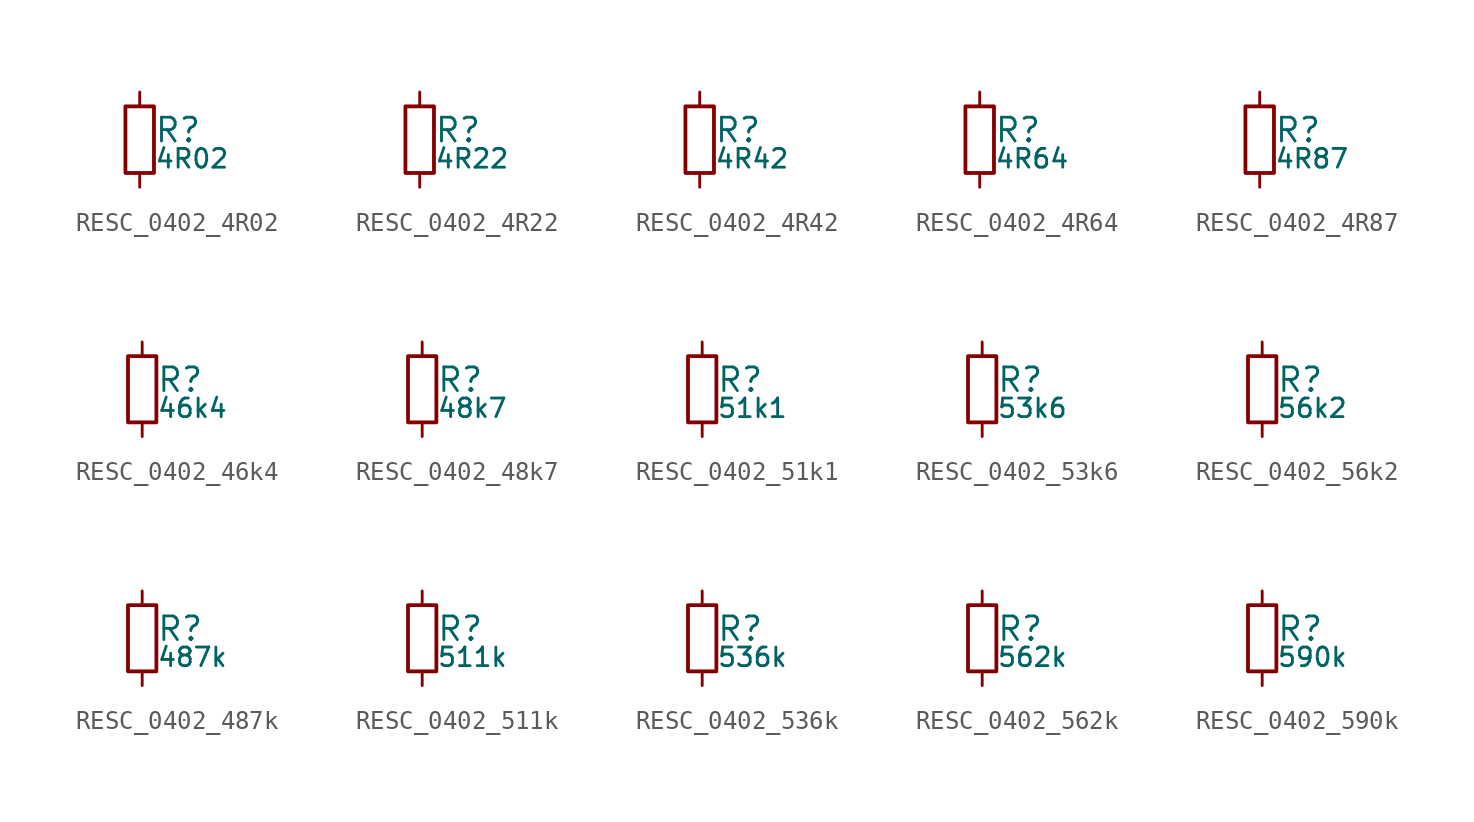
<source format=kicad_sym>
(kicad_symbol_lib
  (version 20211014)
  (generator kicad_LibGenerator)
  (symbol "RESC_0402_4R02"
    (pin_numbers hide)
    (pin_names
      (offset 0.254) hide)
    (property "Reference" "R"
      (at 0.762 0.508 0)
      (effects (font (size 1.27 1.27)) (justify left)))
    (property "Value" "4R02"
      (at 0.762 -1.016 0)
      (effects (font (size 1.00 1.00)) (justify left)))
    (symbol "RESC_0402_4R02_0_1"
      (rectangle (start -0.762 1.778) (end 0.762 -1.778) (stroke (width 0.203) (type default) (color 0 0 0 0)) (fill (type none))))
    (symbol "RESC_0402_4R02_1_1"
      (pin passive line (at 0 2.54 270) (length 0.762) (name "~" (effects (font (size 1.27 1.27)))) (number "1" (effects (font (size 1.27 1.27)))))
      (pin passive line (at 0 -2.54 90) (length 0.762) (name "~" (effects (font (size 1.27 1.27)))) (number "2" (effects (font (size 1.27 1.27)))))))
  (symbol "RESC_0402_4R22"
    (pin_numbers hide)
    (pin_names
      (offset 0.254) hide)
    (property "Reference" "R"
      (at 0.762 0.508 0)
      (effects (font (size 1.27 1.27)) (justify left)))
    (property "Value" "4R22"
      (at 0.762 -1.016 0)
      (effects (font (size 1.00 1.00)) (justify left)))
    (symbol "RESC_0402_4R22_0_1"
      (rectangle (start -0.762 1.778) (end 0.762 -1.778) (stroke (width 0.203) (type default) (color 0 0 0 0)) (fill (type none))))
    (symbol "RESC_0402_4R22_1_1"
      (pin passive line (at 0 2.54 270) (length 0.762) (name "~" (effects (font (size 1.27 1.27)))) (number "1" (effects (font (size 1.27 1.27)))))
      (pin passive line (at 0 -2.54 90) (length 0.762) (name "~" (effects (font (size 1.27 1.27)))) (number "2" (effects (font (size 1.27 1.27)))))))
  (symbol "RESC_0402_4R42"
    (pin_numbers hide)
    (pin_names
      (offset 0.254) hide)
    (property "Reference" "R"
      (at 0.762 0.508 0)
      (effects (font (size 1.27 1.27)) (justify left)))
    (property "Value" "4R42"
      (at 0.762 -1.016 0)
      (effects (font (size 1.00 1.00)) (justify left)))
    (symbol "RESC_0402_4R42_0_1"
      (rectangle (start -0.762 1.778) (end 0.762 -1.778) (stroke (width 0.203) (type default) (color 0 0 0 0)) (fill (type none))))
    (symbol "RESC_0402_4R42_1_1"
      (pin passive line (at 0 2.54 270) (length 0.762) (name "~" (effects (font (size 1.27 1.27)))) (number "1" (effects (font (size 1.27 1.27)))))
      (pin passive line (at 0 -2.54 90) (length 0.762) (name "~" (effects (font (size 1.27 1.27)))) (number "2" (effects (font (size 1.27 1.27)))))))
  (symbol "RESC_0402_4R64"
    (pin_numbers hide)
    (pin_names
      (offset 0.254) hide)
    (property "Reference" "R"
      (at 0.762 0.508 0)
      (effects (font (size 1.27 1.27)) (justify left)))
    (property "Value" "4R64"
      (at 0.762 -1.016 0)
      (effects (font (size 1.00 1.00)) (justify left)))
    (symbol "RESC_0402_4R64_0_1"
      (rectangle (start -0.762 1.778) (end 0.762 -1.778) (stroke (width 0.203) (type default) (color 0 0 0 0)) (fill (type none))))
    (symbol "RESC_0402_4R64_1_1"
      (pin passive line (at 0 2.54 270) (length 0.762) (name "~" (effects (font (size 1.27 1.27)))) (number "1" (effects (font (size 1.27 1.27)))))
      (pin passive line (at 0 -2.54 90) (length 0.762) (name "~" (effects (font (size 1.27 1.27)))) (number "2" (effects (font (size 1.27 1.27)))))))
  (symbol "RESC_0402_4R87"
    (pin_numbers hide)
    (pin_names
      (offset 0.254) hide)
    (property "Reference" "R"
      (at 0.762 0.508 0)
      (effects (font (size 1.27 1.27)) (justify left)))
    (property "Value" "4R87"
      (at 0.762 -1.016 0)
      (effects (font (size 1.00 1.00)) (justify left)))
    (symbol "RESC_0402_4R87_0_1"
      (rectangle (start -0.762 1.778) (end 0.762 -1.778) (stroke (width 0.203) (type default) (color 0 0 0 0)) (fill (type none))))
    (symbol "RESC_0402_4R87_1_1"
      (pin passive line (at 0 2.54 270) (length 0.762) (name "~" (effects (font (size 1.27 1.27)))) (number "1" (effects (font (size 1.27 1.27)))))
      (pin passive line (at 0 -2.54 90) (length 0.762) (name "~" (effects (font (size 1.27 1.27)))) (number "2" (effects (font (size 1.27 1.27)))))))
  (symbol "RESC_0402_46k4"
    (pin_numbers hide)
    (pin_names
      (offset 0.254) hide)
    (property "Reference" "R"
      (at 0.762 0.508 0)
      (effects (font (size 1.27 1.27)) (justify left)))
    (property "Value" "46k4"
      (at 0.762 -1.016 0)
      (effects (font (size 1.00 1.00)) (justify left)))
    (symbol "RESC_0402_46k4_0_1"
      (rectangle (start -0.762 1.778) (end 0.762 -1.778) (stroke (width 0.203) (type default) (color 0 0 0 0)) (fill (type none))))
    (symbol "RESC_0402_46k4_1_1"
      (pin passive line (at 0 2.54 270) (length 0.762) (name "~" (effects (font (size 1.27 1.27)))) (number "1" (effects (font (size 1.27 1.27)))))
      (pin passive line (at 0 -2.54 90) (length 0.762) (name "~" (effects (font (size 1.27 1.27)))) (number "2" (effects (font (size 1.27 1.27)))))))
  (symbol "RESC_0402_48k7"
    (pin_numbers hide)
    (pin_names
      (offset 0.254) hide)
    (property "Reference" "R"
      (at 0.762 0.508 0)
      (effects (font (size 1.27 1.27)) (justify left)))
    (property "Value" "48k7"
      (at 0.762 -1.016 0)
      (effects (font (size 1.00 1.00)) (justify left)))
    (symbol "RESC_0402_48k7_0_1"
      (rectangle (start -0.762 1.778) (end 0.762 -1.778) (stroke (width 0.203) (type default) (color 0 0 0 0)) (fill (type none))))
    (symbol "RESC_0402_48k7_1_1"
      (pin passive line (at 0 2.54 270) (length 0.762) (name "~" (effects (font (size 1.27 1.27)))) (number "1" (effects (font (size 1.27 1.27)))))
      (pin passive line (at 0 -2.54 90) (length 0.762) (name "~" (effects (font (size 1.27 1.27)))) (number "2" (effects (font (size 1.27 1.27)))))))
  (symbol "RESC_0402_51k1"
    (pin_numbers hide)
    (pin_names
      (offset 0.254) hide)
    (property "Reference" "R"
      (at 0.762 0.508 0)
      (effects (font (size 1.27 1.27)) (justify left)))
    (property "Value" "51k1"
      (at 0.762 -1.016 0)
      (effects (font (size 1.00 1.00)) (justify left)))
    (symbol "RESC_0402_51k1_0_1"
      (rectangle (start -0.762 1.778) (end 0.762 -1.778) (stroke (width 0.203) (type default) (color 0 0 0 0)) (fill (type none))))
    (symbol "RESC_0402_51k1_1_1"
      (pin passive line (at 0 2.54 270) (length 0.762) (name "~" (effects (font (size 1.27 1.27)))) (number "1" (effects (font (size 1.27 1.27)))))
      (pin passive line (at 0 -2.54 90) (length 0.762) (name "~" (effects (font (size 1.27 1.27)))) (number "2" (effects (font (size 1.27 1.27)))))))
  (symbol "RESC_0402_53k6"
    (pin_numbers hide)
    (pin_names
      (offset 0.254) hide)
    (property "Reference" "R"
      (at 0.762 0.508 0)
      (effects (font (size 1.27 1.27)) (justify left)))
    (property "Value" "53k6"
      (at 0.762 -1.016 0)
      (effects (font (size 1.00 1.00)) (justify left)))
    (symbol "RESC_0402_53k6_0_1"
      (rectangle (start -0.762 1.778) (end 0.762 -1.778) (stroke (width 0.203) (type default) (color 0 0 0 0)) (fill (type none))))
    (symbol "RESC_0402_53k6_1_1"
      (pin passive line (at 0 2.54 270) (length 0.762) (name "~" (effects (font (size 1.27 1.27)))) (number "1" (effects (font (size 1.27 1.27)))))
      (pin passive line (at 0 -2.54 90) (length 0.762) (name "~" (effects (font (size 1.27 1.27)))) (number "2" (effects (font (size 1.27 1.27)))))))
  (symbol "RESC_0402_56k2"
    (pin_numbers hide)
    (pin_names
      (offset 0.254) hide)
    (property "Reference" "R"
      (at 0.762 0.508 0)
      (effects (font (size 1.27 1.27)) (justify left)))
    (property "Value" "56k2"
      (at 0.762 -1.016 0)
      (effects (font (size 1.00 1.00)) (justify left)))
    (symbol "RESC_0402_56k2_0_1"
      (rectangle (start -0.762 1.778) (end 0.762 -1.778) (stroke (width 0.203) (type default) (color 0 0 0 0)) (fill (type none))))
    (symbol "RESC_0402_56k2_1_1"
      (pin passive line (at 0 2.54 270) (length 0.762) (name "~" (effects (font (size 1.27 1.27)))) (number "1" (effects (font (size 1.27 1.27)))))
      (pin passive line (at 0 -2.54 90) (length 0.762) (name "~" (effects (font (size 1.27 1.27)))) (number "2" (effects (font (size 1.27 1.27)))))))
  (symbol "RESC_0402_487k"
    (pin_numbers hide)
    (pin_names
      (offset 0.254) hide)
    (property "Reference" "R"
      (at 0.762 0.508 0)
      (effects (font (size 1.27 1.27)) (justify left)))
    (property "Value" "487k"
      (at 0.762 -1.016 0)
      (effects (font (size 1.00 1.00)) (justify left)))
    (symbol "RESC_0402_487k_0_1"
      (rectangle (start -0.762 1.778) (end 0.762 -1.778) (stroke (width 0.203) (type default) (color 0 0 0 0)) (fill (type none))))
    (symbol "RESC_0402_487k_1_1"
      (pin passive line (at 0 2.54 270) (length 0.762) (name "~" (effects (font (size 1.27 1.27)))) (number "1" (effects (font (size 1.27 1.27)))))
      (pin passive line (at 0 -2.54 90) (length 0.762) (name "~" (effects (font (size 1.27 1.27)))) (number "2" (effects (font (size 1.27 1.27)))))))
  (symbol "RESC_0402_511k"
    (pin_numbers hide)
    (pin_names
      (offset 0.254) hide)
    (property "Reference" "R"
      (at 0.762 0.508 0)
      (effects (font (size 1.27 1.27)) (justify left)))
    (property "Value" "511k"
      (at 0.762 -1.016 0)
      (effects (font (size 1.00 1.00)) (justify left)))
    (symbol "RESC_0402_511k_0_1"
      (rectangle (start -0.762 1.778) (end 0.762 -1.778) (stroke (width 0.203) (type default) (color 0 0 0 0)) (fill (type none))))
    (symbol "RESC_0402_511k_1_1"
      (pin passive line (at 0 2.54 270) (length 0.762) (name "~" (effects (font (size 1.27 1.27)))) (number "1" (effects (font (size 1.27 1.27)))))
      (pin passive line (at 0 -2.54 90) (length 0.762) (name "~" (effects (font (size 1.27 1.27)))) (number "2" (effects (font (size 1.27 1.27)))))))
  (symbol "RESC_0402_536k"
    (pin_numbers hide)
    (pin_names
      (offset 0.254) hide)
    (property "Reference" "R"
      (at 0.762 0.508 0)
      (effects (font (size 1.27 1.27)) (justify left)))
    (property "Value" "536k"
      (at 0.762 -1.016 0)
      (effects (font (size 1.00 1.00)) (justify left)))
    (symbol "RESC_0402_536k_0_1"
      (rectangle (start -0.762 1.778) (end 0.762 -1.778) (stroke (width 0.203) (type default) (color 0 0 0 0)) (fill (type none))))
    (symbol "RESC_0402_536k_1_1"
      (pin passive line (at 0 2.54 270) (length 0.762) (name "~" (effects (font (size 1.27 1.27)))) (number "1" (effects (font (size 1.27 1.27)))))
      (pin passive line (at 0 -2.54 90) (length 0.762) (name "~" (effects (font (size 1.27 1.27)))) (number "2" (effects (font (size 1.27 1.27)))))))
  (symbol "RESC_0402_562k"
    (pin_numbers hide)
    (pin_names
      (offset 0.254) hide)
    (property "Reference" "R"
      (at 0.762 0.508 0)
      (effects (font (size 1.27 1.27)) (justify left)))
    (property "Value" "562k"
      (at 0.762 -1.016 0)
      (effects (font (size 1.00 1.00)) (justify left)))
    (symbol "RESC_0402_562k_0_1"
      (rectangle (start -0.762 1.778) (end 0.762 -1.778) (stroke (width 0.203) (type default) (color 0 0 0 0)) (fill (type none))))
    (symbol "RESC_0402_562k_1_1"
      (pin passive line (at 0 2.54 270) (length 0.762) (name "~" (effects (font (size 1.27 1.27)))) (number "1" (effects (font (size 1.27 1.27)))))
      (pin passive line (at 0 -2.54 90) (length 0.762) (name "~" (effects (font (size 1.27 1.27)))) (number "2" (effects (font (size 1.27 1.27)))))))
  (symbol "RESC_0402_590k"
    (pin_numbers hide)
    (pin_names
      (offset 0.254) hide)
    (property "Reference" "R"
      (at 0.762 0.508 0)
      (effects (font (size 1.27 1.27)) (justify left)))
    (property "Value" "590k"
      (at 0.762 -1.016 0)
      (effects (font (size 1.00 1.00)) (justify left)))
    (symbol "RESC_0402_590k_0_1"
      (rectangle (start -0.762 1.778) (end 0.762 -1.778) (stroke (width 0.203) (type default) (color 0 0 0 0)) (fill (type none))))
    (symbol "RESC_0402_590k_1_1"
      (pin passive line (at 0 2.54 270) (length 0.762) (name "~" (effects (font (size 1.27 1.27)))) (number "1" (effects (font (size 1.27 1.27)))))
      (pin passive line (at 0 -2.54 90) (length 0.762) (name "~" (effects (font (size 1.27 1.27)))) (number "2" (effects (font (size 1.27 1.27))))))))
</source>
